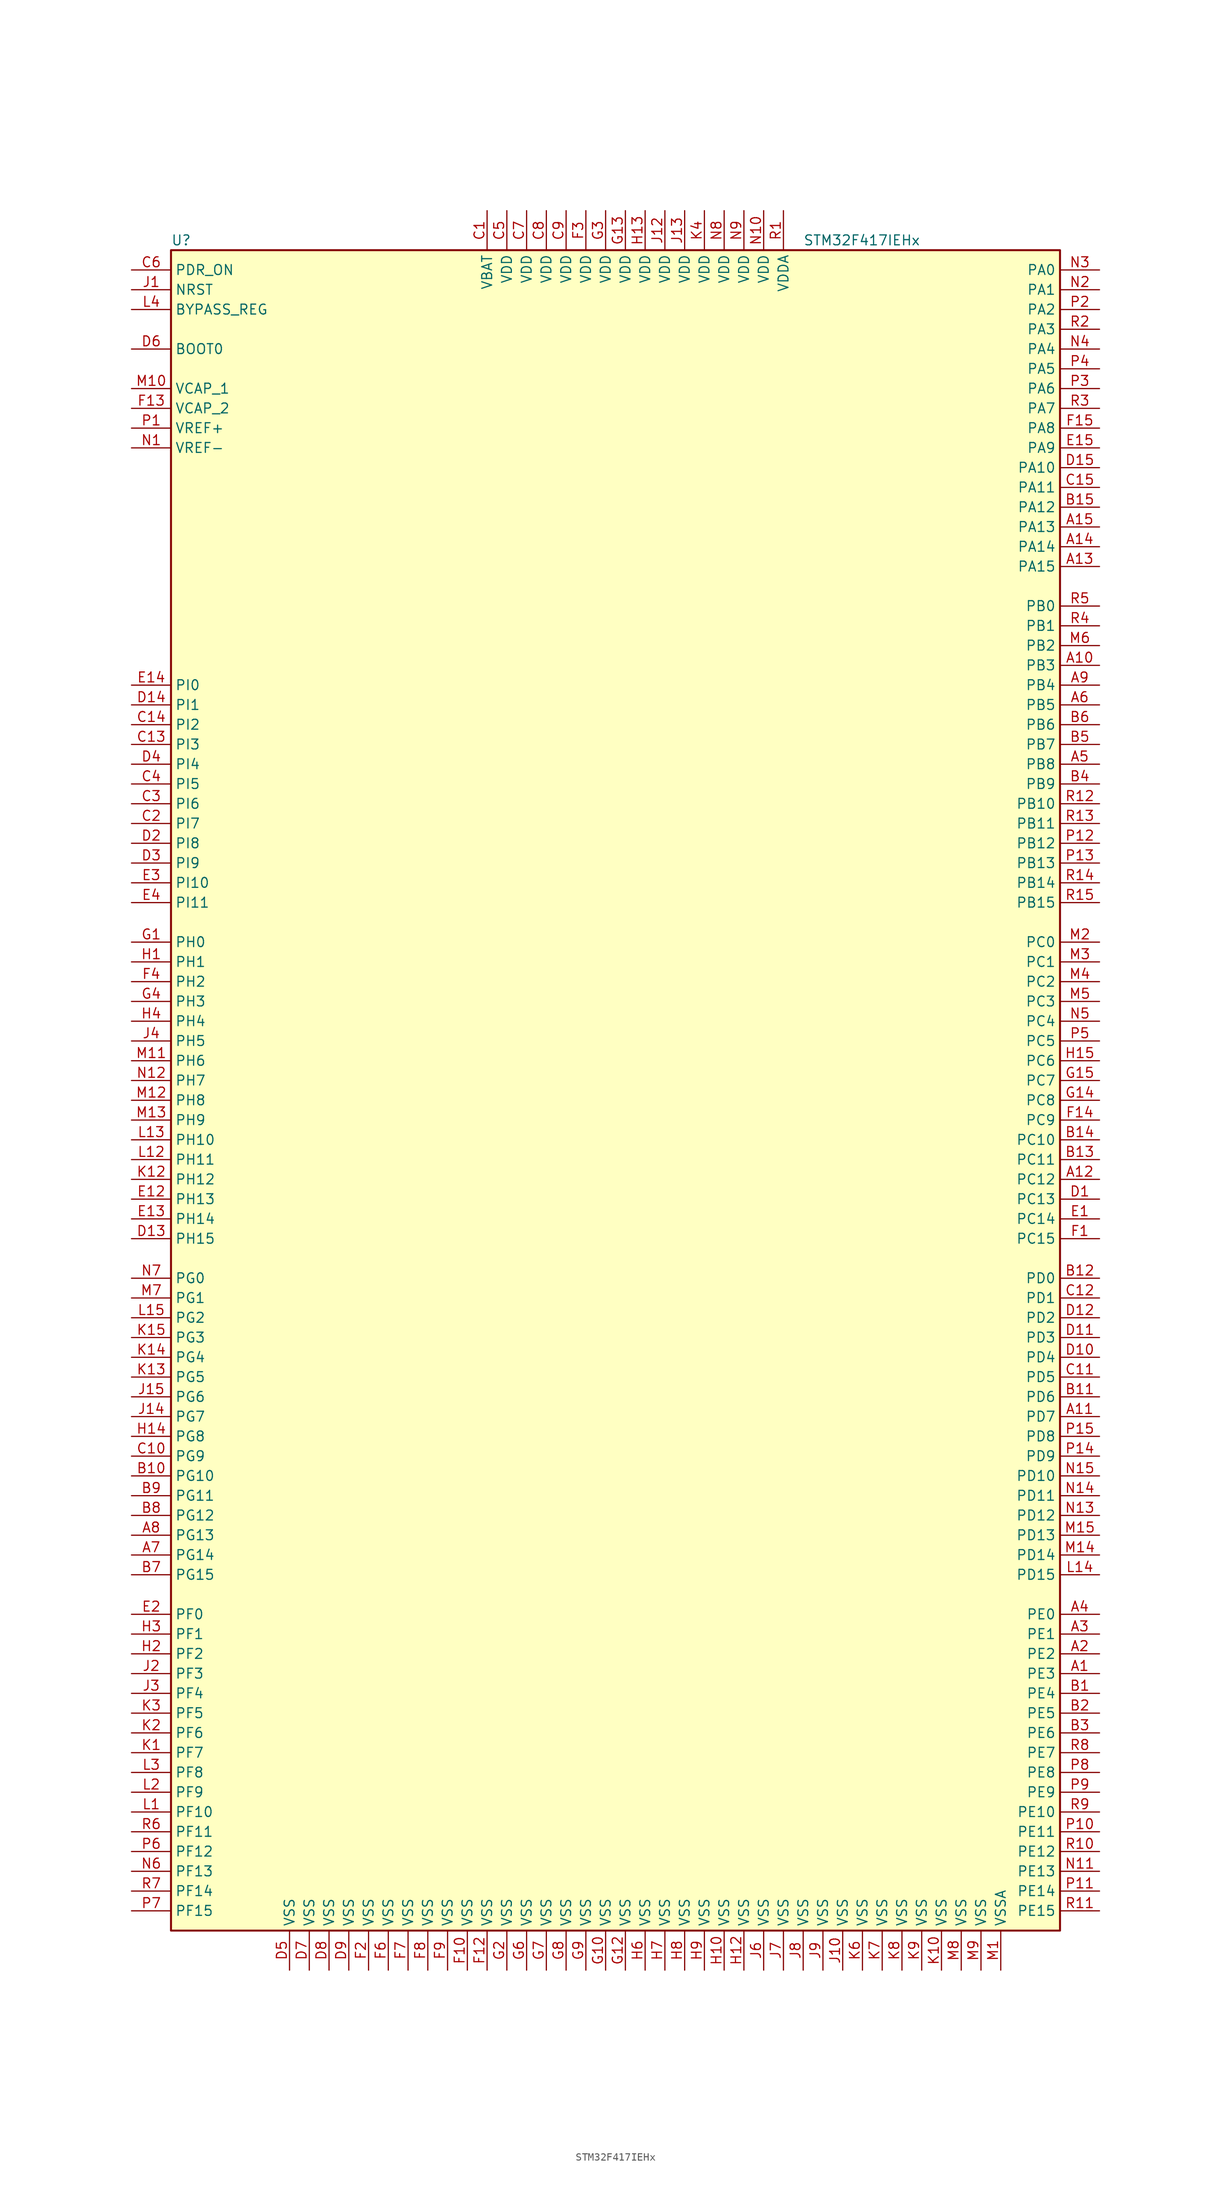
<source format=kicad_sym>
(kicad_symbol_lib
  (version 20201005)
  (generator kicad_symbol_editor)
  (symbol "STM32F417IEHx"
    (property "Reference" "U"
      (at -58.42 107.95 0)
      (effects (font (size 1.27 1.27)) (justify left)))
    (property "Value" "STM32F417IEHx"
      (at 22.86 107.95 0)
      (effects (font (size 1.27 1.27)) (justify left)))
    (symbol "STM32F417IEHx_0_1"
      (rectangle (start -58.42 -109.22) (end 55.88 106.68) (stroke (width 0.254)) (fill (type background))))
    (symbol "STM32F417IEHx_1_1"
      (pin bidirectional line (at 60.96 -76.2 180) (length 5.08) (name "PE3" (effects (font (size 1.27 1.27)))) (number "A1" (effects (font (size 1.27 1.27)))))
      (pin bidirectional line (at 60.96 53.34 180) (length 5.08) (name "PB3" (effects (font (size 1.27 1.27)))) (number "A10" (effects (font (size 1.27 1.27)))))
      (pin bidirectional line (at 60.96 -43.18 180) (length 5.08) (name "PD7" (effects (font (size 1.27 1.27)))) (number "A11" (effects (font (size 1.27 1.27)))))
      (pin bidirectional line (at 60.96 -12.7 180) (length 5.08) (name "PC12" (effects (font (size 1.27 1.27)))) (number "A12" (effects (font (size 1.27 1.27)))))
      (pin bidirectional line (at 60.96 66.04 180) (length 5.08) (name "PA15" (effects (font (size 1.27 1.27)))) (number "A13" (effects (font (size 1.27 1.27)))))
      (pin bidirectional line (at 60.96 68.58 180) (length 5.08) (name "PA14" (effects (font (size 1.27 1.27)))) (number "A14" (effects (font (size 1.27 1.27)))))
      (pin bidirectional line (at 60.96 71.12 180) (length 5.08) (name "PA13" (effects (font (size 1.27 1.27)))) (number "A15" (effects (font (size 1.27 1.27)))))
      (pin bidirectional line (at 60.96 -73.66 180) (length 5.08) (name "PE2" (effects (font (size 1.27 1.27)))) (number "A2" (effects (font (size 1.27 1.27)))))
      (pin bidirectional line (at 60.96 -71.12 180) (length 5.08) (name "PE1" (effects (font (size 1.27 1.27)))) (number "A3" (effects (font (size 1.27 1.27)))))
      (pin bidirectional line (at 60.96 -68.58 180) (length 5.08) (name "PE0" (effects (font (size 1.27 1.27)))) (number "A4" (effects (font (size 1.27 1.27)))))
      (pin bidirectional line (at 60.96 40.64 180) (length 5.08) (name "PB8" (effects (font (size 1.27 1.27)))) (number "A5" (effects (font (size 1.27 1.27)))))
      (pin bidirectional line (at 60.96 48.26 180) (length 5.08) (name "PB5" (effects (font (size 1.27 1.27)))) (number "A6" (effects (font (size 1.27 1.27)))))
      (pin bidirectional line (at -63.5 -60.96 0) (length 5.08) (name "PG14" (effects (font (size 1.27 1.27)))) (number "A7" (effects (font (size 1.27 1.27)))))
      (pin bidirectional line (at -63.5 -58.42 0) (length 5.08) (name "PG13" (effects (font (size 1.27 1.27)))) (number "A8" (effects (font (size 1.27 1.27)))))
      (pin bidirectional line (at 60.96 50.8 180) (length 5.08) (name "PB4" (effects (font (size 1.27 1.27)))) (number "A9" (effects (font (size 1.27 1.27)))))
      (pin bidirectional line (at 60.96 -78.74 180) (length 5.08) (name "PE4" (effects (font (size 1.27 1.27)))) (number "B1" (effects (font (size 1.27 1.27)))))
      (pin bidirectional line (at -63.5 -50.8 0) (length 5.08) (name "PG10" (effects (font (size 1.27 1.27)))) (number "B10" (effects (font (size 1.27 1.27)))))
      (pin bidirectional line (at 60.96 -40.64 180) (length 5.08) (name "PD6" (effects (font (size 1.27 1.27)))) (number "B11" (effects (font (size 1.27 1.27)))))
      (pin bidirectional line (at 60.96 -25.4 180) (length 5.08) (name "PD0" (effects (font (size 1.27 1.27)))) (number "B12" (effects (font (size 1.27 1.27)))))
      (pin bidirectional line (at 60.96 -10.16 180) (length 5.08) (name "PC11" (effects (font (size 1.27 1.27)))) (number "B13" (effects (font (size 1.27 1.27)))))
      (pin bidirectional line (at 60.96 -7.62 180) (length 5.08) (name "PC10" (effects (font (size 1.27 1.27)))) (number "B14" (effects (font (size 1.27 1.27)))))
      (pin bidirectional line (at 60.96 73.66 180) (length 5.08) (name "PA12" (effects (font (size 1.27 1.27)))) (number "B15" (effects (font (size 1.27 1.27)))))
      (pin bidirectional line (at 60.96 -81.28 180) (length 5.08) (name "PE5" (effects (font (size 1.27 1.27)))) (number "B2" (effects (font (size 1.27 1.27)))))
      (pin bidirectional line (at 60.96 -83.82 180) (length 5.08) (name "PE6" (effects (font (size 1.27 1.27)))) (number "B3" (effects (font (size 1.27 1.27)))))
      (pin bidirectional line (at 60.96 38.1 180) (length 5.08) (name "PB9" (effects (font (size 1.27 1.27)))) (number "B4" (effects (font (size 1.27 1.27)))))
      (pin bidirectional line (at 60.96 43.18 180) (length 5.08) (name "PB7" (effects (font (size 1.27 1.27)))) (number "B5" (effects (font (size 1.27 1.27)))))
      (pin bidirectional line (at 60.96 45.72 180) (length 5.08) (name "PB6" (effects (font (size 1.27 1.27)))) (number "B6" (effects (font (size 1.27 1.27)))))
      (pin bidirectional line (at -63.5 -63.5 0) (length 5.08) (name "PG15" (effects (font (size 1.27 1.27)))) (number "B7" (effects (font (size 1.27 1.27)))))
      (pin bidirectional line (at -63.5 -55.88 0) (length 5.08) (name "PG12" (effects (font (size 1.27 1.27)))) (number "B8" (effects (font (size 1.27 1.27)))))
      (pin bidirectional line (at -63.5 -53.34 0) (length 5.08) (name "PG11" (effects (font (size 1.27 1.27)))) (number "B9" (effects (font (size 1.27 1.27)))))
      (pin power_in line (at -17.78 111.76 270) (length 5.08) (name "VBAT" (effects (font (size 1.27 1.27)))) (number "C1" (effects (font (size 1.27 1.27)))))
      (pin bidirectional line (at -63.5 -48.26 0) (length 5.08) (name "PG9" (effects (font (size 1.27 1.27)))) (number "C10" (effects (font (size 1.27 1.27)))))
      (pin bidirectional line (at 60.96 -38.1 180) (length 5.08) (name "PD5" (effects (font (size 1.27 1.27)))) (number "C11" (effects (font (size 1.27 1.27)))))
      (pin bidirectional line (at 60.96 -27.94 180) (length 5.08) (name "PD1" (effects (font (size 1.27 1.27)))) (number "C12" (effects (font (size 1.27 1.27)))))
      (pin bidirectional line (at -63.5 43.18 0) (length 5.08) (name "PI3" (effects (font (size 1.27 1.27)))) (number "C13" (effects (font (size 1.27 1.27)))))
      (pin bidirectional line (at -63.5 45.72 0) (length 5.08) (name "PI2" (effects (font (size 1.27 1.27)))) (number "C14" (effects (font (size 1.27 1.27)))))
      (pin bidirectional line (at 60.96 76.2 180) (length 5.08) (name "PA11" (effects (font (size 1.27 1.27)))) (number "C15" (effects (font (size 1.27 1.27)))))
      (pin bidirectional line (at -63.5 33.02 0) (length 5.08) (name "PI7" (effects (font (size 1.27 1.27)))) (number "C2" (effects (font (size 1.27 1.27)))))
      (pin bidirectional line (at -63.5 35.56 0) (length 5.08) (name "PI6" (effects (font (size 1.27 1.27)))) (number "C3" (effects (font (size 1.27 1.27)))))
      (pin bidirectional line (at -63.5 38.1 0) (length 5.08) (name "PI5" (effects (font (size 1.27 1.27)))) (number "C4" (effects (font (size 1.27 1.27)))))
      (pin power_in line (at -15.24 111.76 270) (length 5.08) (name "VDD" (effects (font (size 1.27 1.27)))) (number "C5" (effects (font (size 1.27 1.27)))))
      (pin input line (at -63.5 104.14 0) (length 5.08) (name "PDR_ON" (effects (font (size 1.27 1.27)))) (number "C6" (effects (font (size 1.27 1.27)))))
      (pin power_in line (at -12.7 111.76 270) (length 5.08) (name "VDD" (effects (font (size 1.27 1.27)))) (number "C7" (effects (font (size 1.27 1.27)))))
      (pin power_in line (at -10.16 111.76 270) (length 5.08) (name "VDD" (effects (font (size 1.27 1.27)))) (number "C8" (effects (font (size 1.27 1.27)))))
      (pin power_in line (at -7.62 111.76 270) (length 5.08) (name "VDD" (effects (font (size 1.27 1.27)))) (number "C9" (effects (font (size 1.27 1.27)))))
      (pin bidirectional line (at 60.96 -15.24 180) (length 5.08) (name "PC13" (effects (font (size 1.27 1.27)))) (number "D1" (effects (font (size 1.27 1.27)))))
      (pin bidirectional line (at 60.96 -35.56 180) (length 5.08) (name "PD4" (effects (font (size 1.27 1.27)))) (number "D10" (effects (font (size 1.27 1.27)))))
      (pin bidirectional line (at 60.96 -33.02 180) (length 5.08) (name "PD3" (effects (font (size 1.27 1.27)))) (number "D11" (effects (font (size 1.27 1.27)))))
      (pin bidirectional line (at 60.96 -30.48 180) (length 5.08) (name "PD2" (effects (font (size 1.27 1.27)))) (number "D12" (effects (font (size 1.27 1.27)))))
      (pin bidirectional line (at -63.5 -20.32 0) (length 5.08) (name "PH15" (effects (font (size 1.27 1.27)))) (number "D13" (effects (font (size 1.27 1.27)))))
      (pin bidirectional line (at -63.5 48.26 0) (length 5.08) (name "PI1" (effects (font (size 1.27 1.27)))) (number "D14" (effects (font (size 1.27 1.27)))))
      (pin bidirectional line (at 60.96 78.74 180) (length 5.08) (name "PA10" (effects (font (size 1.27 1.27)))) (number "D15" (effects (font (size 1.27 1.27)))))
      (pin bidirectional line (at -63.5 30.48 0) (length 5.08) (name "PI8" (effects (font (size 1.27 1.27)))) (number "D2" (effects (font (size 1.27 1.27)))))
      (pin bidirectional line (at -63.5 27.94 0) (length 5.08) (name "PI9" (effects (font (size 1.27 1.27)))) (number "D3" (effects (font (size 1.27 1.27)))))
      (pin bidirectional line (at -63.5 40.64 0) (length 5.08) (name "PI4" (effects (font (size 1.27 1.27)))) (number "D4" (effects (font (size 1.27 1.27)))))
      (pin power_in line (at -43.18 -114.3 90) (length 5.08) (name "VSS" (effects (font (size 1.27 1.27)))) (number "D5" (effects (font (size 1.27 1.27)))))
      (pin input line (at -63.5 93.98 0) (length 5.08) (name "BOOT0" (effects (font (size 1.27 1.27)))) (number "D6" (effects (font (size 1.27 1.27)))))
      (pin power_in line (at -40.64 -114.3 90) (length 5.08) (name "VSS" (effects (font (size 1.27 1.27)))) (number "D7" (effects (font (size 1.27 1.27)))))
      (pin power_in line (at -38.1 -114.3 90) (length 5.08) (name "VSS" (effects (font (size 1.27 1.27)))) (number "D8" (effects (font (size 1.27 1.27)))))
      (pin power_in line (at -35.56 -114.3 90) (length 5.08) (name "VSS" (effects (font (size 1.27 1.27)))) (number "D9" (effects (font (size 1.27 1.27)))))
      (pin bidirectional line (at 60.96 -17.78 180) (length 5.08) (name "PC14" (effects (font (size 1.27 1.27)))) (number "E1" (effects (font (size 1.27 1.27)))))
      (pin bidirectional line (at -63.5 -15.24 0) (length 5.08) (name "PH13" (effects (font (size 1.27 1.27)))) (number "E12" (effects (font (size 1.27 1.27)))))
      (pin bidirectional line (at -63.5 -17.78 0) (length 5.08) (name "PH14" (effects (font (size 1.27 1.27)))) (number "E13" (effects (font (size 1.27 1.27)))))
      (pin bidirectional line (at -63.5 50.8 0) (length 5.08) (name "PI0" (effects (font (size 1.27 1.27)))) (number "E14" (effects (font (size 1.27 1.27)))))
      (pin bidirectional line (at 60.96 81.28 180) (length 5.08) (name "PA9" (effects (font (size 1.27 1.27)))) (number "E15" (effects (font (size 1.27 1.27)))))
      (pin bidirectional line (at -63.5 -68.58 0) (length 5.08) (name "PF0" (effects (font (size 1.27 1.27)))) (number "E2" (effects (font (size 1.27 1.27)))))
      (pin bidirectional line (at -63.5 25.4 0) (length 5.08) (name "PI10" (effects (font (size 1.27 1.27)))) (number "E3" (effects (font (size 1.27 1.27)))))
      (pin bidirectional line (at -63.5 22.86 0) (length 5.08) (name "PI11" (effects (font (size 1.27 1.27)))) (number "E4" (effects (font (size 1.27 1.27)))))
      (pin bidirectional line (at 60.96 -20.32 180) (length 5.08) (name "PC15" (effects (font (size 1.27 1.27)))) (number "F1" (effects (font (size 1.27 1.27)))))
      (pin power_in line (at -20.32 -114.3 90) (length 5.08) (name "VSS" (effects (font (size 1.27 1.27)))) (number "F10" (effects (font (size 1.27 1.27)))))
      (pin power_in line (at -17.78 -114.3 90) (length 5.08) (name "VSS" (effects (font (size 1.27 1.27)))) (number "F12" (effects (font (size 1.27 1.27)))))
      (pin power_in line (at -63.5 86.36 0) (length 5.08) (name "VCAP_2" (effects (font (size 1.27 1.27)))) (number "F13" (effects (font (size 1.27 1.27)))))
      (pin bidirectional line (at 60.96 -5.08 180) (length 5.08) (name "PC9" (effects (font (size 1.27 1.27)))) (number "F14" (effects (font (size 1.27 1.27)))))
      (pin bidirectional line (at 60.96 83.82 180) (length 5.08) (name "PA8" (effects (font (size 1.27 1.27)))) (number "F15" (effects (font (size 1.27 1.27)))))
      (pin power_in line (at -33.02 -114.3 90) (length 5.08) (name "VSS" (effects (font (size 1.27 1.27)))) (number "F2" (effects (font (size 1.27 1.27)))))
      (pin power_in line (at -5.08 111.76 270) (length 5.08) (name "VDD" (effects (font (size 1.27 1.27)))) (number "F3" (effects (font (size 1.27 1.27)))))
      (pin bidirectional line (at -63.5 12.7 0) (length 5.08) (name "PH2" (effects (font (size 1.27 1.27)))) (number "F4" (effects (font (size 1.27 1.27)))))
      (pin power_in line (at -30.48 -114.3 90) (length 5.08) (name "VSS" (effects (font (size 1.27 1.27)))) (number "F6" (effects (font (size 1.27 1.27)))))
      (pin power_in line (at -27.94 -114.3 90) (length 5.08) (name "VSS" (effects (font (size 1.27 1.27)))) (number "F7" (effects (font (size 1.27 1.27)))))
      (pin power_in line (at -25.4 -114.3 90) (length 5.08) (name "VSS" (effects (font (size 1.27 1.27)))) (number "F8" (effects (font (size 1.27 1.27)))))
      (pin power_in line (at -22.86 -114.3 90) (length 5.08) (name "VSS" (effects (font (size 1.27 1.27)))) (number "F9" (effects (font (size 1.27 1.27)))))
      (pin input line (at -63.5 17.78 0) (length 5.08) (name "PH0" (effects (font (size 1.27 1.27)))) (number "G1" (effects (font (size 1.27 1.27)))))
      (pin power_in line (at -2.54 -114.3 90) (length 5.08) (name "VSS" (effects (font (size 1.27 1.27)))) (number "G10" (effects (font (size 1.27 1.27)))))
      (pin power_in line (at 0 -114.3 90) (length 5.08) (name "VSS" (effects (font (size 1.27 1.27)))) (number "G12" (effects (font (size 1.27 1.27)))))
      (pin power_in line (at 0 111.76 270) (length 5.08) (name "VDD" (effects (font (size 1.27 1.27)))) (number "G13" (effects (font (size 1.27 1.27)))))
      (pin bidirectional line (at 60.96 -2.54 180) (length 5.08) (name "PC8" (effects (font (size 1.27 1.27)))) (number "G14" (effects (font (size 1.27 1.27)))))
      (pin bidirectional line (at 60.96 0 180) (length 5.08) (name "PC7" (effects (font (size 1.27 1.27)))) (number "G15" (effects (font (size 1.27 1.27)))))
      (pin power_in line (at -15.24 -114.3 90) (length 5.08) (name "VSS" (effects (font (size 1.27 1.27)))) (number "G2" (effects (font (size 1.27 1.27)))))
      (pin power_in line (at -2.54 111.76 270) (length 5.08) (name "VDD" (effects (font (size 1.27 1.27)))) (number "G3" (effects (font (size 1.27 1.27)))))
      (pin bidirectional line (at -63.5 10.16 0) (length 5.08) (name "PH3" (effects (font (size 1.27 1.27)))) (number "G4" (effects (font (size 1.27 1.27)))))
      (pin power_in line (at -12.7 -114.3 90) (length 5.08) (name "VSS" (effects (font (size 1.27 1.27)))) (number "G6" (effects (font (size 1.27 1.27)))))
      (pin power_in line (at -10.16 -114.3 90) (length 5.08) (name "VSS" (effects (font (size 1.27 1.27)))) (number "G7" (effects (font (size 1.27 1.27)))))
      (pin power_in line (at -7.62 -114.3 90) (length 5.08) (name "VSS" (effects (font (size 1.27 1.27)))) (number "G8" (effects (font (size 1.27 1.27)))))
      (pin power_in line (at -5.08 -114.3 90) (length 5.08) (name "VSS" (effects (font (size 1.27 1.27)))) (number "G9" (effects (font (size 1.27 1.27)))))
      (pin input line (at -63.5 15.24 0) (length 5.08) (name "PH1" (effects (font (size 1.27 1.27)))) (number "H1" (effects (font (size 1.27 1.27)))))
      (pin power_in line (at 12.7 -114.3 90) (length 5.08) (name "VSS" (effects (font (size 1.27 1.27)))) (number "H10" (effects (font (size 1.27 1.27)))))
      (pin power_in line (at 15.24 -114.3 90) (length 5.08) (name "VSS" (effects (font (size 1.27 1.27)))) (number "H12" (effects (font (size 1.27 1.27)))))
      (pin power_in line (at 2.54 111.76 270) (length 5.08) (name "VDD" (effects (font (size 1.27 1.27)))) (number "H13" (effects (font (size 1.27 1.27)))))
      (pin bidirectional line (at -63.5 -45.72 0) (length 5.08) (name "PG8" (effects (font (size 1.27 1.27)))) (number "H14" (effects (font (size 1.27 1.27)))))
      (pin bidirectional line (at 60.96 2.54 180) (length 5.08) (name "PC6" (effects (font (size 1.27 1.27)))) (number "H15" (effects (font (size 1.27 1.27)))))
      (pin bidirectional line (at -63.5 -73.66 0) (length 5.08) (name "PF2" (effects (font (size 1.27 1.27)))) (number "H2" (effects (font (size 1.27 1.27)))))
      (pin bidirectional line (at -63.5 -71.12 0) (length 5.08) (name "PF1" (effects (font (size 1.27 1.27)))) (number "H3" (effects (font (size 1.27 1.27)))))
      (pin bidirectional line (at -63.5 7.62 0) (length 5.08) (name "PH4" (effects (font (size 1.27 1.27)))) (number "H4" (effects (font (size 1.27 1.27)))))
      (pin power_in line (at 2.54 -114.3 90) (length 5.08) (name "VSS" (effects (font (size 1.27 1.27)))) (number "H6" (effects (font (size 1.27 1.27)))))
      (pin power_in line (at 5.08 -114.3 90) (length 5.08) (name "VSS" (effects (font (size 1.27 1.27)))) (number "H7" (effects (font (size 1.27 1.27)))))
      (pin power_in line (at 7.62 -114.3 90) (length 5.08) (name "VSS" (effects (font (size 1.27 1.27)))) (number "H8" (effects (font (size 1.27 1.27)))))
      (pin power_in line (at 10.16 -114.3 90) (length 5.08) (name "VSS" (effects (font (size 1.27 1.27)))) (number "H9" (effects (font (size 1.27 1.27)))))
      (pin input line (at -63.5 101.6 0) (length 5.08) (name "NRST" (effects (font (size 1.27 1.27)))) (number "J1" (effects (font (size 1.27 1.27)))))
      (pin power_in line (at 27.94 -114.3 90) (length 5.08) (name "VSS" (effects (font (size 1.27 1.27)))) (number "J10" (effects (font (size 1.27 1.27)))))
      (pin power_in line (at 5.08 111.76 270) (length 5.08) (name "VDD" (effects (font (size 1.27 1.27)))) (number "J12" (effects (font (size 1.27 1.27)))))
      (pin power_in line (at 7.62 111.76 270) (length 5.08) (name "VDD" (effects (font (size 1.27 1.27)))) (number "J13" (effects (font (size 1.27 1.27)))))
      (pin bidirectional line (at -63.5 -43.18 0) (length 5.08) (name "PG7" (effects (font (size 1.27 1.27)))) (number "J14" (effects (font (size 1.27 1.27)))))
      (pin bidirectional line (at -63.5 -40.64 0) (length 5.08) (name "PG6" (effects (font (size 1.27 1.27)))) (number "J15" (effects (font (size 1.27 1.27)))))
      (pin bidirectional line (at -63.5 -76.2 0) (length 5.08) (name "PF3" (effects (font (size 1.27 1.27)))) (number "J2" (effects (font (size 1.27 1.27)))))
      (pin bidirectional line (at -63.5 -78.74 0) (length 5.08) (name "PF4" (effects (font (size 1.27 1.27)))) (number "J3" (effects (font (size 1.27 1.27)))))
      (pin bidirectional line (at -63.5 5.08 0) (length 5.08) (name "PH5" (effects (font (size 1.27 1.27)))) (number "J4" (effects (font (size 1.27 1.27)))))
      (pin power_in line (at 17.78 -114.3 90) (length 5.08) (name "VSS" (effects (font (size 1.27 1.27)))) (number "J6" (effects (font (size 1.27 1.27)))))
      (pin power_in line (at 20.32 -114.3 90) (length 5.08) (name "VSS" (effects (font (size 1.27 1.27)))) (number "J7" (effects (font (size 1.27 1.27)))))
      (pin power_in line (at 22.86 -114.3 90) (length 5.08) (name "VSS" (effects (font (size 1.27 1.27)))) (number "J8" (effects (font (size 1.27 1.27)))))
      (pin power_in line (at 25.4 -114.3 90) (length 5.08) (name "VSS" (effects (font (size 1.27 1.27)))) (number "J9" (effects (font (size 1.27 1.27)))))
      (pin bidirectional line (at -63.5 -86.36 0) (length 5.08) (name "PF7" (effects (font (size 1.27 1.27)))) (number "K1" (effects (font (size 1.27 1.27)))))
      (pin power_in line (at 40.64 -114.3 90) (length 5.08) (name "VSS" (effects (font (size 1.27 1.27)))) (number "K10" (effects (font (size 1.27 1.27)))))
      (pin bidirectional line (at -63.5 -12.7 0) (length 5.08) (name "PH12" (effects (font (size 1.27 1.27)))) (number "K12" (effects (font (size 1.27 1.27)))))
      (pin bidirectional line (at -63.5 -38.1 0) (length 5.08) (name "PG5" (effects (font (size 1.27 1.27)))) (number "K13" (effects (font (size 1.27 1.27)))))
      (pin bidirectional line (at -63.5 -35.56 0) (length 5.08) (name "PG4" (effects (font (size 1.27 1.27)))) (number "K14" (effects (font (size 1.27 1.27)))))
      (pin bidirectional line (at -63.5 -33.02 0) (length 5.08) (name "PG3" (effects (font (size 1.27 1.27)))) (number "K15" (effects (font (size 1.27 1.27)))))
      (pin bidirectional line (at -63.5 -83.82 0) (length 5.08) (name "PF6" (effects (font (size 1.27 1.27)))) (number "K2" (effects (font (size 1.27 1.27)))))
      (pin bidirectional line (at -63.5 -81.28 0) (length 5.08) (name "PF5" (effects (font (size 1.27 1.27)))) (number "K3" (effects (font (size 1.27 1.27)))))
      (pin power_in line (at 10.16 111.76 270) (length 5.08) (name "VDD" (effects (font (size 1.27 1.27)))) (number "K4" (effects (font (size 1.27 1.27)))))
      (pin power_in line (at 30.48 -114.3 90) (length 5.08) (name "VSS" (effects (font (size 1.27 1.27)))) (number "K6" (effects (font (size 1.27 1.27)))))
      (pin power_in line (at 33.02 -114.3 90) (length 5.08) (name "VSS" (effects (font (size 1.27 1.27)))) (number "K7" (effects (font (size 1.27 1.27)))))
      (pin power_in line (at 35.56 -114.3 90) (length 5.08) (name "VSS" (effects (font (size 1.27 1.27)))) (number "K8" (effects (font (size 1.27 1.27)))))
      (pin power_in line (at 38.1 -114.3 90) (length 5.08) (name "VSS" (effects (font (size 1.27 1.27)))) (number "K9" (effects (font (size 1.27 1.27)))))
      (pin bidirectional line (at -63.5 -93.98 0) (length 5.08) (name "PF10" (effects (font (size 1.27 1.27)))) (number "L1" (effects (font (size 1.27 1.27)))))
      (pin bidirectional line (at -63.5 -10.16 0) (length 5.08) (name "PH11" (effects (font (size 1.27 1.27)))) (number "L12" (effects (font (size 1.27 1.27)))))
      (pin bidirectional line (at -63.5 -7.62 0) (length 5.08) (name "PH10" (effects (font (size 1.27 1.27)))) (number "L13" (effects (font (size 1.27 1.27)))))
      (pin bidirectional line (at 60.96 -63.5 180) (length 5.08) (name "PD15" (effects (font (size 1.27 1.27)))) (number "L14" (effects (font (size 1.27 1.27)))))
      (pin bidirectional line (at -63.5 -30.48 0) (length 5.08) (name "PG2" (effects (font (size 1.27 1.27)))) (number "L15" (effects (font (size 1.27 1.27)))))
      (pin bidirectional line (at -63.5 -91.44 0) (length 5.08) (name "PF9" (effects (font (size 1.27 1.27)))) (number "L2" (effects (font (size 1.27 1.27)))))
      (pin bidirectional line (at -63.5 -88.9 0) (length 5.08) (name "PF8" (effects (font (size 1.27 1.27)))) (number "L3" (effects (font (size 1.27 1.27)))))
      (pin input line (at -63.5 99.06 0) (length 5.08) (name "BYPASS_REG" (effects (font (size 1.27 1.27)))) (number "L4" (effects (font (size 1.27 1.27)))))
      (pin power_in line (at 48.26 -114.3 90) (length 5.08) (name "VSSA" (effects (font (size 1.27 1.27)))) (number "M1" (effects (font (size 1.27 1.27)))))
      (pin power_in line (at -63.5 88.9 0) (length 5.08) (name "VCAP_1" (effects (font (size 1.27 1.27)))) (number "M10" (effects (font (size 1.27 1.27)))))
      (pin bidirectional line (at -63.5 2.54 0) (length 5.08) (name "PH6" (effects (font (size 1.27 1.27)))) (number "M11" (effects (font (size 1.27 1.27)))))
      (pin bidirectional line (at -63.5 -2.54 0) (length 5.08) (name "PH8" (effects (font (size 1.27 1.27)))) (number "M12" (effects (font (size 1.27 1.27)))))
      (pin bidirectional line (at -63.5 -5.08 0) (length 5.08) (name "PH9" (effects (font (size 1.27 1.27)))) (number "M13" (effects (font (size 1.27 1.27)))))
      (pin bidirectional line (at 60.96 -60.96 180) (length 5.08) (name "PD14" (effects (font (size 1.27 1.27)))) (number "M14" (effects (font (size 1.27 1.27)))))
      (pin bidirectional line (at 60.96 -58.42 180) (length 5.08) (name "PD13" (effects (font (size 1.27 1.27)))) (number "M15" (effects (font (size 1.27 1.27)))))
      (pin bidirectional line (at 60.96 17.78 180) (length 5.08) (name "PC0" (effects (font (size 1.27 1.27)))) (number "M2" (effects (font (size 1.27 1.27)))))
      (pin bidirectional line (at 60.96 15.24 180) (length 5.08) (name "PC1" (effects (font (size 1.27 1.27)))) (number "M3" (effects (font (size 1.27 1.27)))))
      (pin bidirectional line (at 60.96 12.7 180) (length 5.08) (name "PC2" (effects (font (size 1.27 1.27)))) (number "M4" (effects (font (size 1.27 1.27)))))
      (pin bidirectional line (at 60.96 10.16 180) (length 5.08) (name "PC3" (effects (font (size 1.27 1.27)))) (number "M5" (effects (font (size 1.27 1.27)))))
      (pin bidirectional line (at 60.96 55.88 180) (length 5.08) (name "PB2" (effects (font (size 1.27 1.27)))) (number "M6" (effects (font (size 1.27 1.27)))))
      (pin bidirectional line (at -63.5 -27.94 0) (length 5.08) (name "PG1" (effects (font (size 1.27 1.27)))) (number "M7" (effects (font (size 1.27 1.27)))))
      (pin power_in line (at 43.18 -114.3 90) (length 5.08) (name "VSS" (effects (font (size 1.27 1.27)))) (number "M8" (effects (font (size 1.27 1.27)))))
      (pin power_in line (at 45.72 -114.3 90) (length 5.08) (name "VSS" (effects (font (size 1.27 1.27)))) (number "M9" (effects (font (size 1.27 1.27)))))
      (pin power_in line (at -63.5 81.28 0) (length 5.08) (name "VREF-" (effects (font (size 1.27 1.27)))) (number "N1" (effects (font (size 1.27 1.27)))))
      (pin power_in line (at 17.78 111.76 270) (length 5.08) (name "VDD" (effects (font (size 1.27 1.27)))) (number "N10" (effects (font (size 1.27 1.27)))))
      (pin bidirectional line (at 60.96 -101.6 180) (length 5.08) (name "PE13" (effects (font (size 1.27 1.27)))) (number "N11" (effects (font (size 1.27 1.27)))))
      (pin bidirectional line (at -63.5 0 0) (length 5.08) (name "PH7" (effects (font (size 1.27 1.27)))) (number "N12" (effects (font (size 1.27 1.27)))))
      (pin bidirectional line (at 60.96 -55.88 180) (length 5.08) (name "PD12" (effects (font (size 1.27 1.27)))) (number "N13" (effects (font (size 1.27 1.27)))))
      (pin bidirectional line (at 60.96 -53.34 180) (length 5.08) (name "PD11" (effects (font (size 1.27 1.27)))) (number "N14" (effects (font (size 1.27 1.27)))))
      (pin bidirectional line (at 60.96 -50.8 180) (length 5.08) (name "PD10" (effects (font (size 1.27 1.27)))) (number "N15" (effects (font (size 1.27 1.27)))))
      (pin bidirectional line (at 60.96 101.6 180) (length 5.08) (name "PA1" (effects (font (size 1.27 1.27)))) (number "N2" (effects (font (size 1.27 1.27)))))
      (pin bidirectional line (at 60.96 104.14 180) (length 5.08) (name "PA0" (effects (font (size 1.27 1.27)))) (number "N3" (effects (font (size 1.27 1.27)))))
      (pin bidirectional line (at 60.96 93.98 180) (length 5.08) (name "PA4" (effects (font (size 1.27 1.27)))) (number "N4" (effects (font (size 1.27 1.27)))))
      (pin bidirectional line (at 60.96 7.62 180) (length 5.08) (name "PC4" (effects (font (size 1.27 1.27)))) (number "N5" (effects (font (size 1.27 1.27)))))
      (pin bidirectional line (at -63.5 -101.6 0) (length 5.08) (name "PF13" (effects (font (size 1.27 1.27)))) (number "N6" (effects (font (size 1.27 1.27)))))
      (pin bidirectional line (at -63.5 -25.4 0) (length 5.08) (name "PG0" (effects (font (size 1.27 1.27)))) (number "N7" (effects (font (size 1.27 1.27)))))
      (pin power_in line (at 12.7 111.76 270) (length 5.08) (name "VDD" (effects (font (size 1.27 1.27)))) (number "N8" (effects (font (size 1.27 1.27)))))
      (pin power_in line (at 15.24 111.76 270) (length 5.08) (name "VDD" (effects (font (size 1.27 1.27)))) (number "N9" (effects (font (size 1.27 1.27)))))
      (pin power_in line (at -63.5 83.82 0) (length 5.08) (name "VREF+" (effects (font (size 1.27 1.27)))) (number "P1" (effects (font (size 1.27 1.27)))))
      (pin bidirectional line (at 60.96 -96.52 180) (length 5.08) (name "PE11" (effects (font (size 1.27 1.27)))) (number "P10" (effects (font (size 1.27 1.27)))))
      (pin bidirectional line (at 60.96 -104.14 180) (length 5.08) (name "PE14" (effects (font (size 1.27 1.27)))) (number "P11" (effects (font (size 1.27 1.27)))))
      (pin bidirectional line (at 60.96 30.48 180) (length 5.08) (name "PB12" (effects (font (size 1.27 1.27)))) (number "P12" (effects (font (size 1.27 1.27)))))
      (pin bidirectional line (at 60.96 27.94 180) (length 5.08) (name "PB13" (effects (font (size 1.27 1.27)))) (number "P13" (effects (font (size 1.27 1.27)))))
      (pin bidirectional line (at 60.96 -48.26 180) (length 5.08) (name "PD9" (effects (font (size 1.27 1.27)))) (number "P14" (effects (font (size 1.27 1.27)))))
      (pin bidirectional line (at 60.96 -45.72 180) (length 5.08) (name "PD8" (effects (font (size 1.27 1.27)))) (number "P15" (effects (font (size 1.27 1.27)))))
      (pin bidirectional line (at 60.96 99.06 180) (length 5.08) (name "PA2" (effects (font (size 1.27 1.27)))) (number "P2" (effects (font (size 1.27 1.27)))))
      (pin bidirectional line (at 60.96 88.9 180) (length 5.08) (name "PA6" (effects (font (size 1.27 1.27)))) (number "P3" (effects (font (size 1.27 1.27)))))
      (pin bidirectional line (at 60.96 91.44 180) (length 5.08) (name "PA5" (effects (font (size 1.27 1.27)))) (number "P4" (effects (font (size 1.27 1.27)))))
      (pin bidirectional line (at 60.96 5.08 180) (length 5.08) (name "PC5" (effects (font (size 1.27 1.27)))) (number "P5" (effects (font (size 1.27 1.27)))))
      (pin bidirectional line (at -63.5 -99.06 0) (length 5.08) (name "PF12" (effects (font (size 1.27 1.27)))) (number "P6" (effects (font (size 1.27 1.27)))))
      (pin bidirectional line (at -63.5 -106.68 0) (length 5.08) (name "PF15" (effects (font (size 1.27 1.27)))) (number "P7" (effects (font (size 1.27 1.27)))))
      (pin bidirectional line (at 60.96 -88.9 180) (length 5.08) (name "PE8" (effects (font (size 1.27 1.27)))) (number "P8" (effects (font (size 1.27 1.27)))))
      (pin bidirectional line (at 60.96 -91.44 180) (length 5.08) (name "PE9" (effects (font (size 1.27 1.27)))) (number "P9" (effects (font (size 1.27 1.27)))))
      (pin power_in line (at 20.32 111.76 270) (length 5.08) (name "VDDA" (effects (font (size 1.27 1.27)))) (number "R1" (effects (font (size 1.27 1.27)))))
      (pin bidirectional line (at 60.96 -99.06 180) (length 5.08) (name "PE12" (effects (font (size 1.27 1.27)))) (number "R10" (effects (font (size 1.27 1.27)))))
      (pin bidirectional line (at 60.96 -106.68 180) (length 5.08) (name "PE15" (effects (font (size 1.27 1.27)))) (number "R11" (effects (font (size 1.27 1.27)))))
      (pin bidirectional line (at 60.96 35.56 180) (length 5.08) (name "PB10" (effects (font (size 1.27 1.27)))) (number "R12" (effects (font (size 1.27 1.27)))))
      (pin bidirectional line (at 60.96 33.02 180) (length 5.08) (name "PB11" (effects (font (size 1.27 1.27)))) (number "R13" (effects (font (size 1.27 1.27)))))
      (pin bidirectional line (at 60.96 25.4 180) (length 5.08) (name "PB14" (effects (font (size 1.27 1.27)))) (number "R14" (effects (font (size 1.27 1.27)))))
      (pin bidirectional line (at 60.96 22.86 180) (length 5.08) (name "PB15" (effects (font (size 1.27 1.27)))) (number "R15" (effects (font (size 1.27 1.27)))))
      (pin bidirectional line (at 60.96 96.52 180) (length 5.08) (name "PA3" (effects (font (size 1.27 1.27)))) (number "R2" (effects (font (size 1.27 1.27)))))
      (pin bidirectional line (at 60.96 86.36 180) (length 5.08) (name "PA7" (effects (font (size 1.27 1.27)))) (number "R3" (effects (font (size 1.27 1.27)))))
      (pin bidirectional line (at 60.96 58.42 180) (length 5.08) (name "PB1" (effects (font (size 1.27 1.27)))) (number "R4" (effects (font (size 1.27 1.27)))))
      (pin bidirectional line (at 60.96 60.96 180) (length 5.08) (name "PB0" (effects (font (size 1.27 1.27)))) (number "R5" (effects (font (size 1.27 1.27)))))
      (pin bidirectional line (at -63.5 -96.52 0) (length 5.08) (name "PF11" (effects (font (size 1.27 1.27)))) (number "R6" (effects (font (size 1.27 1.27)))))
      (pin bidirectional line (at -63.5 -104.14 0) (length 5.08) (name "PF14" (effects (font (size 1.27 1.27)))) (number "R7" (effects (font (size 1.27 1.27)))))
      (pin bidirectional line (at 60.96 -86.36 180) (length 5.08) (name "PE7" (effects (font (size 1.27 1.27)))) (number "R8" (effects (font (size 1.27 1.27)))))
      (pin bidirectional line (at 60.96 -93.98 180) (length 5.08) (name "PE10" (effects (font (size 1.27 1.27)))) (number "R9" (effects (font (size 1.27 1.27))))))))
</source>
